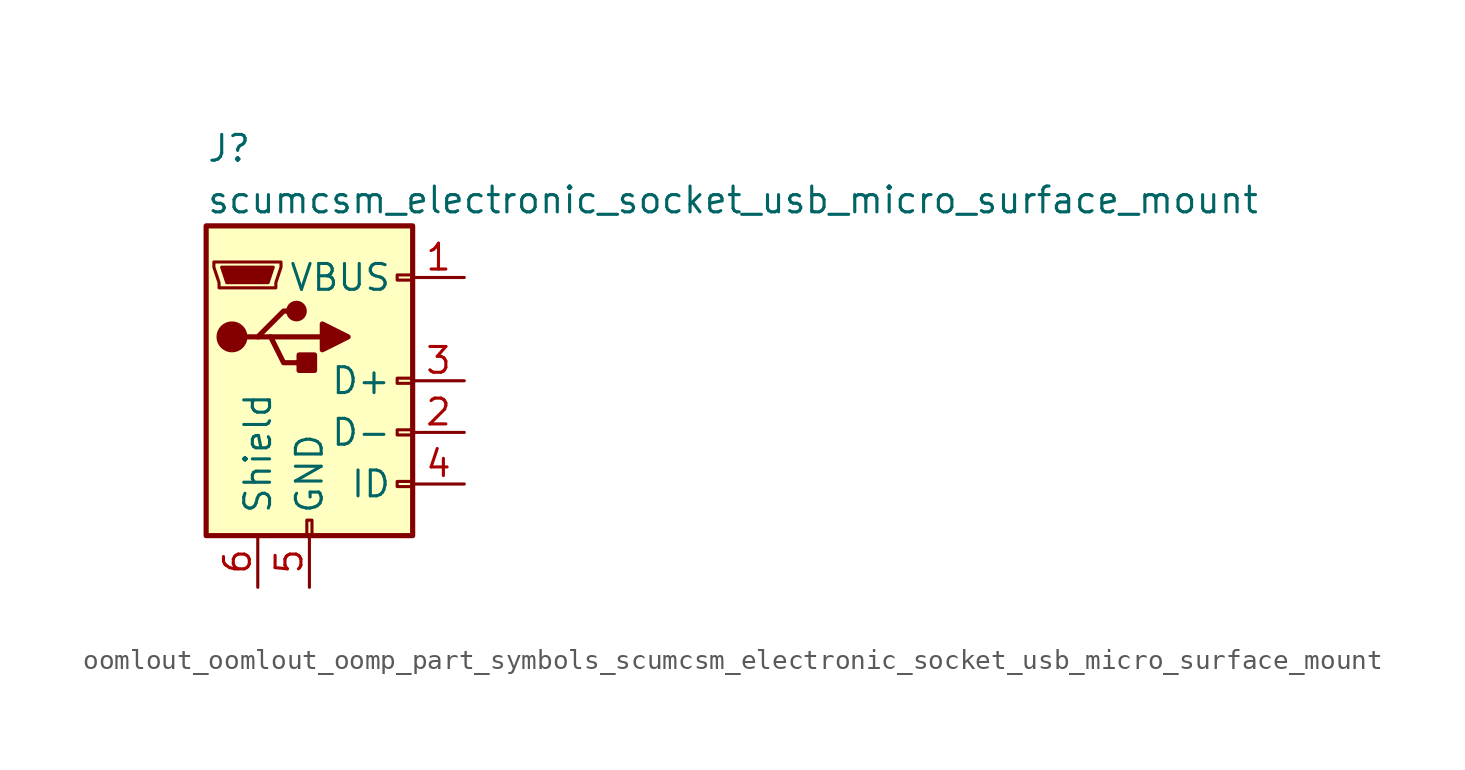
<source format=kicad_sym>
(kicad_symbol_lib
  (version 20220914)
  (generator kicad_symbol_editor)
  (symbol "oomlout_oomlout_oomp_part_symbols_scumcsm_electronic_socket_usb_micro_surface_mount"
    (pin_names
      (offset 1.016))
    (property "Reference" "J"
      (at -5.08 11.43 0)
      (effects (font (size 1.27 1.27)) (justify left)))
    (property "Value" "scumcsm_electronic_socket_usb_micro_surface_mount"
      (at -5.08 8.89 0)
      (effects (font (size 1.27 1.27)) (justify left)))
    (symbol "oomlout_oomlout_oomp_part_symbols_scumcsm_electronic_socket_usb_micro_surface_mount_0_1"
      (rectangle (start -5.08 -7.62) (end 5.08 7.62) (stroke (width 0.254) (type default)) (fill (type background)))
      (circle (center -3.81 2.159) (radius 0.635) (stroke (width 0.254) (type default)) (fill (type outline)))
      (circle (center -0.635 3.429) (radius 0.381) (stroke (width 0.254) (type default)) (fill (type outline)))
      (rectangle (start -0.127 -7.62) (end 0.127 -6.858) (stroke (width 0) (type default)) (fill (type none)))
      (polyline (pts (xy -1.905 2.159) (xy 0.635 2.159)) (stroke (width 0.254) (type default)) (fill (type none)))
      (polyline (pts (xy -3.175 2.159) (xy -2.54 2.159) (xy -1.27 3.429) (xy -0.635 3.429)) (stroke (width 0.254) (type default)) (fill (type none)))
      (polyline (pts (xy -2.54 2.159) (xy -1.905 2.159) (xy -1.27 0.889) (xy 0 0.889)) (stroke (width 0.254) (type default)) (fill (type none)))
      (polyline (pts (xy 0.635 2.794) (xy 0.635 1.524) (xy 1.905 2.159) (xy 0.635 2.794)) (stroke (width 0.254) (type default)) (fill (type outline)))
      (polyline (pts (xy -4.318 5.588) (xy -1.778 5.588) (xy -2.032 4.826) (xy -4.064 4.826) (xy -4.318 5.588)) (stroke (width 0) (type default)) (fill (type outline)))
      (polyline (pts (xy -4.699 5.842) (xy -4.699 5.588) (xy -4.445 4.826) (xy -4.445 4.572) (xy -1.651 4.572) (xy -1.651 4.826) (xy -1.397 5.588) (xy -1.397 5.842) (xy -4.699 5.842)) (stroke (width 0) (type default)) (fill (type none)))
      (rectangle (start 0.254 1.27) (end -0.508 0.508) (stroke (width 0.254) (type default)) (fill (type outline)))
      (rectangle (start 5.08 -5.207) (end 4.318 -4.953) (stroke (width 0) (type default)) (fill (type none)))
      (rectangle (start 5.08 -2.667) (end 4.318 -2.413) (stroke (width 0) (type default)) (fill (type none)))
      (rectangle (start 5.08 -0.127) (end 4.318 0.127) (stroke (width 0) (type default)) (fill (type none)))
      (rectangle (start 5.08 4.953) (end 4.318 5.207) (stroke (width 0) (type default)) (fill (type none))))
    (symbol "oomlout_oomlout_oomp_part_symbols_scumcsm_electronic_socket_usb_micro_surface_mount_1_1"
      (pin power_out line (at 7.62 5.08 180) (length 2.54) (name "VBUS" (effects (font (size 1.27 1.27)))) (number "1" (effects (font (size 1.27 1.27)))))
      (pin bidirectional line (at 7.62 -2.54 180) (length 2.54) (name "D-" (effects (font (size 1.27 1.27)))) (number "2" (effects (font (size 1.27 1.27)))))
      (pin bidirectional line (at 7.62 0 180) (length 2.54) (name "D+" (effects (font (size 1.27 1.27)))) (number "3" (effects (font (size 1.27 1.27)))))
      (pin passive line (at 7.62 -5.08 180) (length 2.54) (name "ID" (effects (font (size 1.27 1.27)))) (number "4" (effects (font (size 1.27 1.27)))))
      (pin power_out line (at 0 -10.16 90) (length 2.54) (name "GND" (effects (font (size 1.27 1.27)))) (number "5" (effects (font (size 1.27 1.27)))))
      (pin passive line (at -2.54 -10.16 90) (length 2.54) (name "Shield" (effects (font (size 1.27 1.27)))) (number "6" (effects (font (size 1.27 1.27))))))))
</source>
